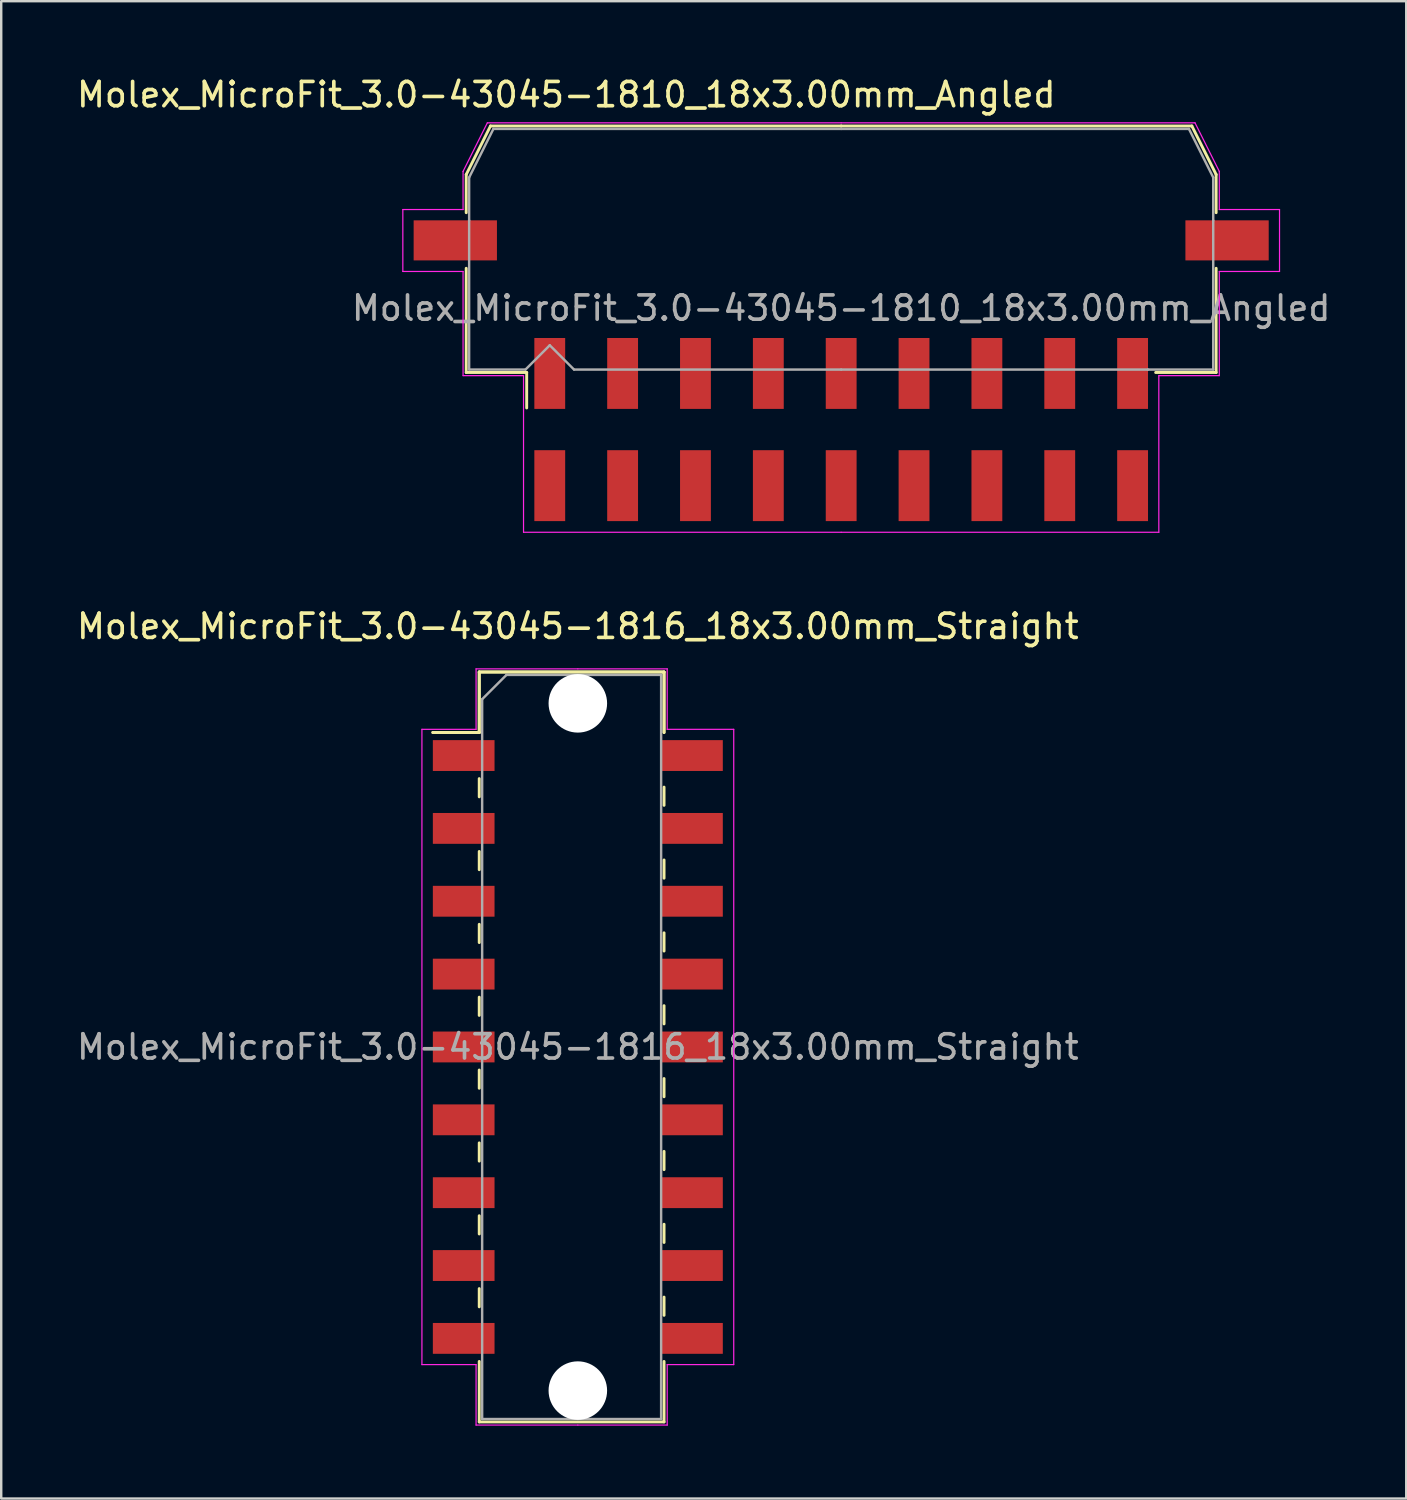
<source format=kicad_pcb>
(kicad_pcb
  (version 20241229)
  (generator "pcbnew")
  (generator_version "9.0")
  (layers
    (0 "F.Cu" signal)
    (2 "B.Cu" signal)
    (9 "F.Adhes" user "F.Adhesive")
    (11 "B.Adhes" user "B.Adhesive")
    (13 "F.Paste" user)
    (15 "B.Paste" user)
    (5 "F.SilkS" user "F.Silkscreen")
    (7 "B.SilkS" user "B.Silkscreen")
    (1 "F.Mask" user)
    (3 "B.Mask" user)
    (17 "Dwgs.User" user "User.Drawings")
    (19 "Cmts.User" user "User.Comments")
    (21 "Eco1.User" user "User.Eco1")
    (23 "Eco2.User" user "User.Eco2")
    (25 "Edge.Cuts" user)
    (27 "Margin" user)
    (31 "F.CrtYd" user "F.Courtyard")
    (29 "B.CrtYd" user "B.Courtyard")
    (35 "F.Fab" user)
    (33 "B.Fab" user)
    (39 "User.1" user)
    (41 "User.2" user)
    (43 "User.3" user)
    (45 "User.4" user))
  (footprint "Molex_MicroFit_3.0-43045-1816_18x3.00mm_Straight"
    (layer "F.Cu")
    (at 20.744 40.062)
    (property "Reference" "Molex_MicroFit_3.0-43045-1816_18x3.00mm_Straight" (at 0 -17.32 0) (layer "F.SilkS") (effects (font (size 1 1) (thickness 0.15))))
    (attr smd)
    (fp_line (start -5.97 -12.95) (end -4.06 -12.95) (stroke (width 0.12) (type solid)) (layer "F.SilkS"))
    (fp_line (start -5.97 -12.95) (end -4.06 -12.95) (stroke (width 0.12) (type solid)) (layer "F.SilkS"))
    (fp_line (start -4.06 -15.44) (end 3.55 -15.44) (stroke (width 0.12) (type solid)) (layer "F.SilkS"))
    (fp_line (start -4.06 -15.44) (end 3.55 -15.44) (stroke (width 0.12) (type solid)) (layer "F.SilkS"))
    (fp_line (start -4.06 -12.95) (end -4.06 -15.44) (stroke (width 0.12) (type solid)) (layer "F.SilkS"))
    (fp_line (start -4.06 -12.95) (end -4.06 -15.44) (stroke (width 0.12) (type solid)) (layer "F.SilkS"))
    (fp_line (start -4.06 -11.05) (end -4.06 -10.3) (stroke (width 0.12) (type solid)) (layer "F.SilkS"))
    (fp_line (start -4.06 -8.05) (end -4.06 -7.3) (stroke (width 0.12) (type solid)) (layer "F.SilkS"))
    (fp_line (start -4.06 -5.05) (end -4.06 -4.3) (stroke (width 0.12) (type solid)) (layer "F.SilkS"))
    (fp_line (start -4.06 -2.05) (end -4.06 -1.3) (stroke (width 0.12) (type solid)) (layer "F.SilkS"))
    (fp_line (start -4.06 0.95) (end -4.06 1.7) (stroke (width 0.12) (type solid)) (layer "F.SilkS"))
    (fp_line (start -4.06 3.95) (end -4.06 4.7) (stroke (width 0.12) (type solid)) (layer "F.SilkS"))
    (fp_line (start -4.06 6.95) (end -4.06 7.7) (stroke (width 0.12) (type solid)) (layer "F.SilkS"))
    (fp_line (start -4.06 9.95) (end -4.06 10.7) (stroke (width 0.12) (type solid)) (layer "F.SilkS"))
    (fp_line (start -4.06 15.44) (end -4.06 12.95) (stroke (width 0.12) (type solid)) (layer "F.SilkS"))
    (fp_line (start 3.55 -15.44) (end 3.55 -12.95) (stroke (width 0.12) (type solid)) (layer "F.SilkS"))
    (fp_line (start 3.55 -15.44) (end 3.55 -12.95) (stroke (width 0.12) (type solid)) (layer "F.SilkS"))
    (fp_line (start 3.55 -9.95) (end 3.55 -10.7) (stroke (width 0.12) (type solid)) (layer "F.SilkS"))
    (fp_line (start 3.55 -6.95) (end 3.55 -7.7) (stroke (width 0.12) (type solid)) (layer "F.SilkS"))
    (fp_line (start 3.55 -3.95) (end 3.55 -4.7) (stroke (width 0.12) (type solid)) (layer "F.SilkS"))
    (fp_line (start 3.55 -0.95) (end 3.55 -1.7) (stroke (width 0.12) (type solid)) (layer "F.SilkS"))
    (fp_line (start 3.55 2.05) (end 3.55 1.3) (stroke (width 0.12) (type solid)) (layer "F.SilkS"))
    (fp_line (start 3.55 5.05) (end 3.55 4.3) (stroke (width 0.12) (type solid)) (layer "F.SilkS"))
    (fp_line (start 3.55 8.05) (end 3.55 7.3) (stroke (width 0.12) (type solid)) (layer "F.SilkS"))
    (fp_line (start 3.55 11.05) (end 3.55 10.3) (stroke (width 0.12) (type solid)) (layer "F.SilkS"))
    (fp_line (start 3.55 12.95) (end 3.55 15.44) (stroke (width 0.12) (type solid)) (layer "F.SilkS"))
    (fp_line (start 3.55 15.44) (end -4.06 15.44) (stroke (width 0.12) (type solid)) (layer "F.SilkS"))
    (fp_line (start -6.42 -13.08) (end -4.19 -13.08) (stroke (width 0.05) (type solid)) (layer "F.CrtYd"))
    (fp_line (start -6.42 13.08) (end -6.42 -13.08) (stroke (width 0.05) (type solid)) (layer "F.CrtYd"))
    (fp_line (start -4.19 -15.57) (end 0 -15.57) (stroke (width 0.05) (type solid)) (layer "F.CrtYd"))
    (fp_line (start -4.19 -13.08) (end -4.19 -15.57) (stroke (width 0.05) (type solid)) (layer "F.CrtYd"))
    (fp_line (start -4.19 13.08) (end -6.42 13.08) (stroke (width 0.05) (type solid)) (layer "F.CrtYd"))
    (fp_line (start -4.19 15.57) (end -4.19 13.08) (stroke (width 0.05) (type solid)) (layer "F.CrtYd"))
    (fp_line (start 0 -15.57) (end 3.68 -15.57) (stroke (width 0.05) (type solid)) (layer "F.CrtYd"))
    (fp_line (start 0 15.57) (end -4.19 15.57) (stroke (width 0.05) (type solid)) (layer "F.CrtYd"))
    (fp_line (start 3.68 -15.57) (end 3.68 -13.08) (stroke (width 0.05) (type solid)) (layer "F.CrtYd"))
    (fp_line (start 3.68 -13.08) (end 6.42 -13.08) (stroke (width 0.05) (type solid)) (layer "F.CrtYd"))
    (fp_line (start 3.68 13.08) (end 3.68 15.57) (stroke (width 0.05) (type solid)) (layer "F.CrtYd"))
    (fp_line (start 3.68 15.57) (end 0 15.57) (stroke (width 0.05) (type solid)) (layer "F.CrtYd"))
    (fp_line (start 6.42 -13.08) (end 6.42 13.08) (stroke (width 0.05) (type solid)) (layer "F.CrtYd"))
    (fp_line (start 6.42 13.08) (end 3.68 13.08) (stroke (width 0.05) (type solid)) (layer "F.CrtYd"))
    (fp_line (start -3.94 -14.32) (end -2.94 -15.32) (stroke (width 0.1) (type solid)) (layer "F.Fab"))
    (fp_line (start -3.94 15.32) (end -3.94 -14.32) (stroke (width 0.1) (type solid)) (layer "F.Fab"))
    (fp_line (start -2.94 -15.32) (end 0 -15.32) (stroke (width 0.1) (type solid)) (layer "F.Fab"))
    (fp_line (start 0 -15.32) (end 3.43 -15.32) (stroke (width 0.1) (type solid)) (layer "F.Fab"))
    (fp_line (start 0 15.32) (end -3.94 15.32) (stroke (width 0.1) (type solid)) (layer "F.Fab"))
    (fp_line (start 3.43 -15.32) (end 3.43 15.32) (stroke (width 0.1) (type solid)) (layer "F.Fab"))
    (fp_line (start 3.43 15.32) (end 0 15.32) (stroke (width 0.1) (type solid)) (layer "F.Fab"))
    (fp_text user "${REFERENCE}" (at 0 0 0) (layer "F.Fab") (effects (font (size 1 1) (thickness 0.15))))
    (pad "" np_thru_hole circle (at 0 -14.15) (size 2.41 2.41) (drill 2.41) (layers "*.Cu"))
    (pad "" np_thru_hole circle (at 0 14.15) (size 2.41 2.41) (drill 2.41) (layers "*.Cu"))
    (pad "1" smd rect (at -4.7 -12) (size 2.54 1.27) (layers "F.Cu" "F.Mask" "F.Paste"))
    (pad "2" smd rect (at -4.7 -9) (size 2.54 1.27) (layers "F.Cu" "F.Mask" "F.Paste"))
    (pad "3" smd rect (at -4.7 -6) (size 2.54 1.27) (layers "F.Cu" "F.Mask" "F.Paste"))
    (pad "4" smd rect (at -4.7 -3) (size 2.54 1.27) (layers "F.Cu" "F.Mask" "F.Paste"))
    (pad "5" smd rect (at -4.7 0) (size 2.54 1.27) (layers "F.Cu" "F.Mask" "F.Paste"))
    (pad "6" smd rect (at -4.7 3) (size 2.54 1.27) (layers "F.Cu" "F.Mask" "F.Paste"))
    (pad "7" smd rect (at -4.7 6) (size 2.54 1.27) (layers "F.Cu" "F.Mask" "F.Paste"))
    (pad "8" smd rect (at -4.7 9) (size 2.54 1.27) (layers "F.Cu" "F.Mask" "F.Paste"))
    (pad "9" smd rect (at -4.7 12) (size 2.54 1.27) (layers "F.Cu" "F.Mask" "F.Paste"))
    (pad "10" smd rect (at 4.7 12) (size 2.54 1.27) (layers "F.Cu" "F.Mask" "F.Paste"))
    (pad "11" smd rect (at 4.7 9) (size 2.54 1.27) (layers "F.Cu" "F.Mask" "F.Paste"))
    (pad "12" smd rect (at 4.7 6) (size 2.54 1.27) (layers "F.Cu" "F.Mask" "F.Paste"))
    (pad "13" smd rect (at 4.7 3) (size 2.54 1.27) (layers "F.Cu" "F.Mask" "F.Paste"))
    (pad "14" smd rect (at 4.7 0) (size 2.54 1.27) (layers "F.Cu" "F.Mask" "F.Paste"))
    (pad "15" smd rect (at 4.7 -3) (size 2.54 1.27) (layers "F.Cu" "F.Mask" "F.Paste"))
    (pad "16" smd rect (at 4.7 -6) (size 2.54 1.27) (layers "F.Cu" "F.Mask" "F.Paste"))
    (pad "17" smd rect (at 4.7 -9) (size 2.54 1.27) (layers "F.Cu" "F.Mask" "F.Paste"))
    (pad "18" smd rect (at 4.7 -12) (size 2.54 1.27) (layers "F.Cu" "F.Mask" "F.Paste")))
  (footprint "Molex_MicroFit_3.0-43045-1810_18x3.00mm_Angled"
    (layer "F.Cu")
    (at 31.588 14.638)
    (property "Reference" "Molex_MicroFit_3.0-43045-1810_18x3.00mm_Angled" (at -11.32 -13.79 0) (layer "F.SilkS") (effects (font (size 1 1) (thickness 0.15))))
    (attr smd)
    (fp_line (start -15.44 -10.5) (end -15.44 -8.93) (stroke (width 0.12) (type solid)) (layer "F.SilkS"))
    (fp_line (start -15.44 -6.64) (end -15.44 -2.35) (stroke (width 0.12) (type solid)) (layer "F.SilkS"))
    (fp_line (start -15.44 -2.35) (end -12.95 -2.35) (stroke (width 0.12) (type solid)) (layer "F.SilkS"))
    (fp_line (start -14.44 -12.5) (end -15.44 -10.5) (stroke (width 0.12) (type solid)) (layer "F.SilkS"))
    (fp_line (start -12.95 -2.35) (end -12.95 -0.89) (stroke (width 0.12) (type solid)) (layer "F.SilkS"))
    (fp_line (start 0 -12.5) (end -14.44 -12.5) (stroke (width 0.12) (type solid)) (layer "F.SilkS"))
    (fp_line (start 0 -12.5) (end 14.44 -12.5) (stroke (width 0.12) (type solid)) (layer "F.SilkS"))
    (fp_line (start 14.44 -12.5) (end 15.44 -10.5) (stroke (width 0.12) (type solid)) (layer "F.SilkS"))
    (fp_line (start 15.44 -10.5) (end 15.44 -8.93) (stroke (width 0.12) (type solid)) (layer "F.SilkS"))
    (fp_line (start 15.44 -6.64) (end 15.44 -2.35) (stroke (width 0.12) (type solid)) (layer "F.SilkS"))
    (fp_line (start 15.44 -2.35) (end 12.95 -2.35) (stroke (width 0.12) (type solid)) (layer "F.SilkS"))
    (fp_line (start -18.05 -9.06) (end -18.05 -6.51) (stroke (width 0.05) (type solid)) (layer "F.CrtYd"))
    (fp_line (start -18.05 -6.51) (end -15.57 -6.51) (stroke (width 0.05) (type solid)) (layer "F.CrtYd"))
    (fp_line (start -15.57 -10.63) (end -15.57 -9.06) (stroke (width 0.05) (type solid)) (layer "F.CrtYd"))
    (fp_line (start -15.57 -9.06) (end -18.05 -9.06) (stroke (width 0.05) (type solid)) (layer "F.CrtYd"))
    (fp_line (start -15.57 -6.51) (end -15.57 -2.22) (stroke (width 0.05) (type solid)) (layer "F.CrtYd"))
    (fp_line (start -15.57 -2.22) (end -13.08 -2.22) (stroke (width 0.05) (type solid)) (layer "F.CrtYd"))
    (fp_line (start -14.57 -12.63) (end -15.57 -10.63) (stroke (width 0.05) (type solid)) (layer "F.CrtYd"))
    (fp_line (start -13.08 -2.22) (end -13.08 4.23) (stroke (width 0.05) (type solid)) (layer "F.CrtYd"))
    (fp_line (start -13.08 4.23) (end 0 4.23) (stroke (width 0.05) (type solid)) (layer "F.CrtYd"))
    (fp_line (start 0 -12.63) (end -14.57 -12.63) (stroke (width 0.05) (type solid)) (layer "F.CrtYd"))
    (fp_line (start 0 -12.63) (end 14.57 -12.63) (stroke (width 0.05) (type solid)) (layer "F.CrtYd"))
    (fp_line (start 13.08 -2.22) (end 13.08 4.23) (stroke (width 0.05) (type solid)) (layer "F.CrtYd"))
    (fp_line (start 13.08 4.23) (end 0 4.23) (stroke (width 0.05) (type solid)) (layer "F.CrtYd"))
    (fp_line (start 14.57 -12.63) (end 15.57 -10.63) (stroke (width 0.05) (type solid)) (layer "F.CrtYd"))
    (fp_line (start 15.57 -10.63) (end 15.57 -9.06) (stroke (width 0.05) (type solid)) (layer "F.CrtYd"))
    (fp_line (start 15.57 -9.06) (end 18.05 -9.06) (stroke (width 0.05) (type solid)) (layer "F.CrtYd"))
    (fp_line (start 15.57 -6.51) (end 15.57 -2.22) (stroke (width 0.05) (type solid)) (layer "F.CrtYd"))
    (fp_line (start 15.57 -2.22) (end 13.08 -2.22) (stroke (width 0.05) (type solid)) (layer "F.CrtYd"))
    (fp_line (start 18.05 -9.06) (end 18.05 -6.51) (stroke (width 0.05) (type solid)) (layer "F.CrtYd"))
    (fp_line (start 18.05 -6.51) (end 15.57 -6.51) (stroke (width 0.05) (type solid)) (layer "F.CrtYd"))
    (fp_line (start -15.32 -10.38) (end -15.32 -8.61) (stroke (width 0.1) (type solid)) (layer "F.Fab"))
    (fp_line (start -15.32 -8.61) (end -15.32 -2.47) (stroke (width 0.1) (type solid)) (layer "F.Fab"))
    (fp_line (start -15.32 -2.47) (end -13 -2.47) (stroke (width 0.1) (type solid)) (layer "F.Fab"))
    (fp_line (start -14.32 -12.38) (end -15.32 -10.38) (stroke (width 0.1) (type solid)) (layer "F.Fab"))
    (fp_line (start -13 -2.47) (end -12 -3.47) (stroke (width 0.1) (type solid)) (layer "F.Fab"))
    (fp_line (start -12 -3.47) (end -11 -2.47) (stroke (width 0.1) (type solid)) (layer "F.Fab"))
    (fp_line (start -11 -2.47) (end 0 -2.47) (stroke (width 0.1) (type solid)) (layer "F.Fab"))
    (fp_line (start 0 -12.38) (end -14.32 -12.38) (stroke (width 0.1) (type solid)) (layer "F.Fab"))
    (fp_line (start 0 -12.38) (end 14.32 -12.38) (stroke (width 0.1) (type solid)) (layer "F.Fab"))
    (fp_line (start 12.63 -2.47) (end 0 -2.47) (stroke (width 0.1) (type solid)) (layer "F.Fab"))
    (fp_line (start 14.32 -12.38) (end 15.32 -10.38) (stroke (width 0.1) (type solid)) (layer "F.Fab"))
    (fp_line (start 15.32 -10.38) (end 15.32 -8.61) (stroke (width 0.1) (type solid)) (layer "F.Fab"))
    (fp_line (start 15.32 -8.61) (end 15.32 -2.47) (stroke (width 0.1) (type solid)) (layer "F.Fab"))
    (fp_line (start 15.32 -2.47) (end 12.63 -2.47) (stroke (width 0.1) (type solid)) (layer "F.Fab"))
    (fp_text user "${REFERENCE}" (at 0 -5 0) (layer "F.Fab") (effects (font (size 1 1) (thickness 0.15))))
    (pad "" smd rect (at -15.89 -7.79) (size 3.43 1.65) (layers "F.Cu" "F.Mask" "F.Paste"))
    (pad "" smd rect (at 15.89 -7.79) (size 3.43 1.65) (layers "F.Cu" "F.Mask" "F.Paste"))
    (pad "1" smd rect (at -12 -2.31) (size 1.27 2.92) (layers "F.Cu" "F.Mask" "F.Paste"))
    (pad "2" smd rect (at -9 -2.31) (size 1.27 2.92) (layers "F.Cu" "F.Mask" "F.Paste"))
    (pad "3" smd rect (at -6 -2.31) (size 1.27 2.92) (layers "F.Cu" "F.Mask" "F.Paste"))
    (pad "4" smd rect (at -3 -2.31) (size 1.27 2.92) (layers "F.Cu" "F.Mask" "F.Paste"))
    (pad "5" smd rect (at 0 -2.31) (size 1.27 2.92) (layers "F.Cu" "F.Mask" "F.Paste"))
    (pad "6" smd rect (at 3 -2.31) (size 1.27 2.92) (layers "F.Cu" "F.Mask" "F.Paste"))
    (pad "7" smd rect (at 6 -2.31) (size 1.27 2.92) (layers "F.Cu" "F.Mask" "F.Paste"))
    (pad "8" smd rect (at 9 -2.31) (size 1.27 2.92) (layers "F.Cu" "F.Mask" "F.Paste"))
    (pad "9" smd rect (at 12 -2.31) (size 1.27 2.92) (layers "F.Cu" "F.Mask" "F.Paste"))
    (pad "10" smd rect (at 12 2.31) (size 1.27 2.92) (layers "F.Cu" "F.Mask" "F.Paste"))
    (pad "11" smd rect (at 9 2.31) (size 1.27 2.92) (layers "F.Cu" "F.Mask" "F.Paste"))
    (pad "12" smd rect (at 6 2.31) (size 1.27 2.92) (layers "F.Cu" "F.Mask" "F.Paste"))
    (pad "13" smd rect (at 3 2.31) (size 1.27 2.92) (layers "F.Cu" "F.Mask" "F.Paste"))
    (pad "14" smd rect (at 0 2.31) (size 1.27 2.92) (layers "F.Cu" "F.Mask" "F.Paste"))
    (pad "15" smd rect (at -3 2.31) (size 1.27 2.92) (layers "F.Cu" "F.Mask" "F.Paste"))
    (pad "16" smd rect (at -6 2.31) (size 1.27 2.92) (layers "F.Cu" "F.Mask" "F.Paste"))
    (pad "17" smd rect (at -9 2.31) (size 1.27 2.92) (layers "F.Cu" "F.Mask" "F.Paste"))
    (pad "18" smd rect (at -12 2.31) (size 1.27 2.92) (layers "F.Cu" "F.Mask" "F.Paste")))
  (gr_rect
    (start -3 -3)
    (end 54.856 58.657)
    (stroke (width 0.1) (type default))
    (fill no)
    (layer "Edge.Cuts")))
</source>
